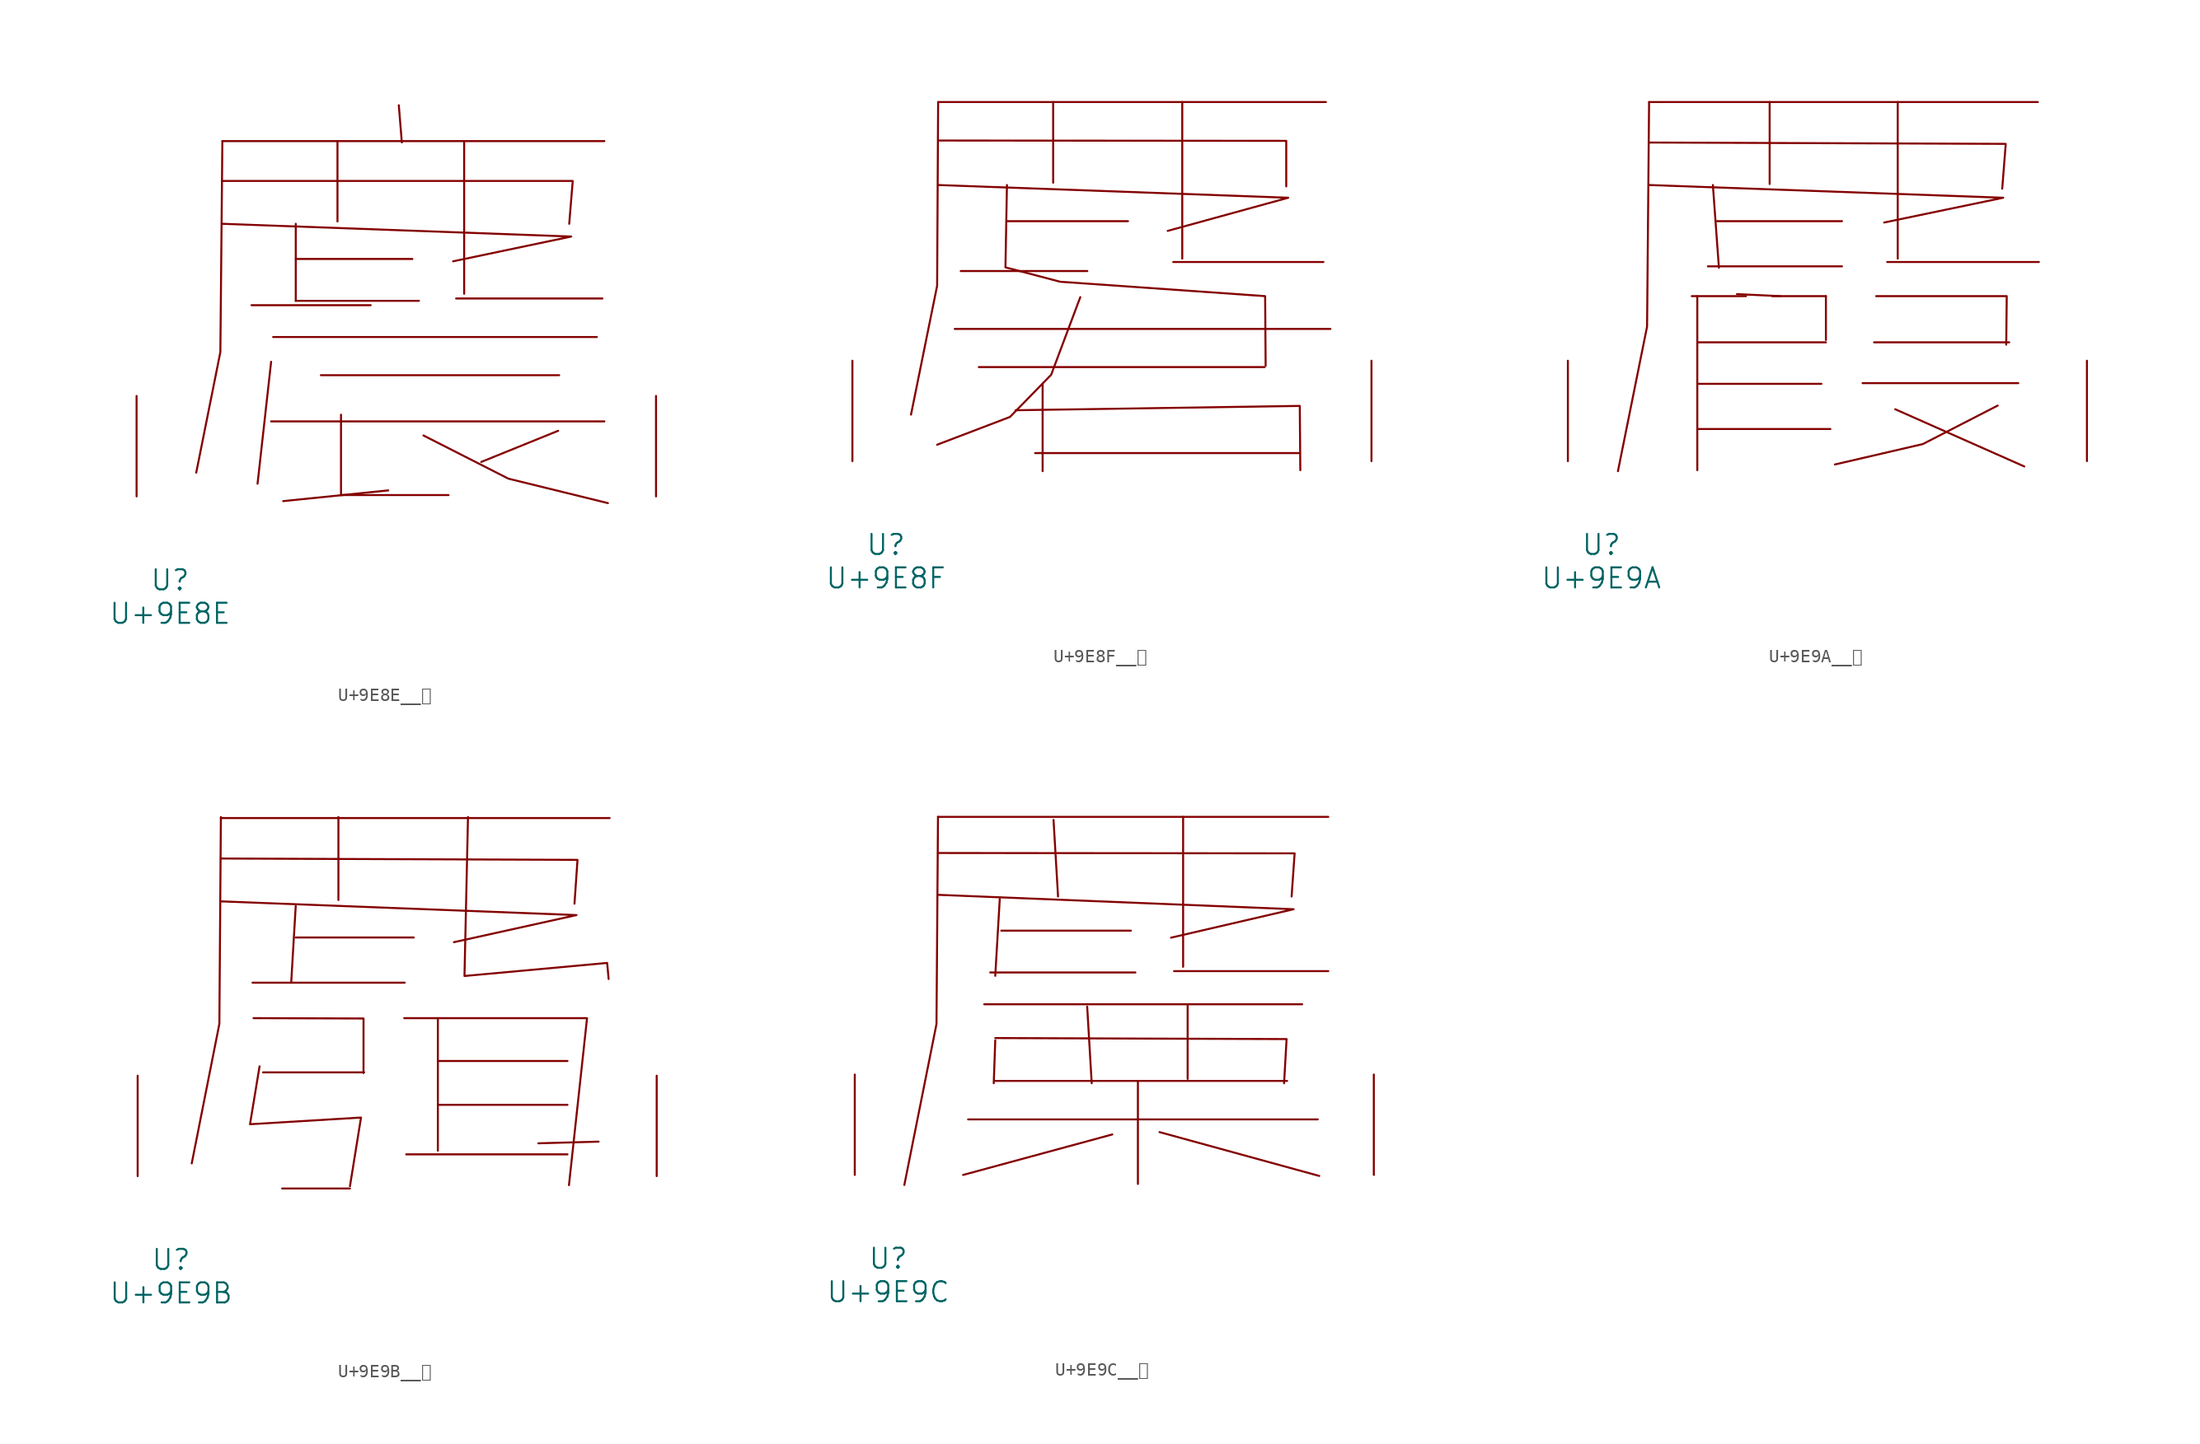
<source format=kicad_sym>
(kicad_symbol_lib
  (version 20231120)
  (generator "kicad_symbol_editor")
  (generator_version "8.0")
  (symbol "U+9E8E__麎"
    (pin_names
      (offset 1.016))
    (property "Reference" "U"
      (at 0 -6.35 0)
      (effects (font (size 1.524 1.524))))
    (property "Value" "U+9E8E"
      (at 0 -8.89 0)
      (effects (font (size 1.524 1.524))))
    (symbol "U+9E8E__麎_0_1"
      (polyline (pts (xy 3.962 26.949) (xy 32.918 26.949)) (stroke (width 0) (type solid)) (fill (type none)))
      (polyline (pts (xy 6.172 14.503) (xy 15.202 14.503)) (stroke (width 0) (type solid)) (fill (type none)))
      (polyline (pts (xy 7.658 5.69) (xy 32.918 5.69)) (stroke (width 0) (type solid)) (fill (type none)))
      (polyline (pts (xy 7.658 10.211) (xy 6.629 0.965)) (stroke (width 0) (type solid)) (fill (type none)))
      (polyline (pts (xy 7.811 12.09) (xy 32.347 12.09)) (stroke (width 0) (type solid)) (fill (type none)))
      (polyline (pts (xy 9.525 14.834) (xy 18.86 14.834)) (stroke (width 0) (type solid)) (fill (type none)))
      (polyline (pts (xy 9.525 18.009) (xy 18.364 18.009)) (stroke (width 0) (type solid)) (fill (type none)))
      (polyline (pts (xy 9.525 20.676) (xy 9.525 14.834)) (stroke (width 0) (type solid)) (fill (type none)))
      (polyline (pts (xy 11.43 9.195) (xy 29.489 9.195)) (stroke (width 0) (type solid)) (fill (type none)))
      (polyline (pts (xy 12.687 26.949) (xy 12.687 20.853)) (stroke (width 0) (type solid)) (fill (type none)))
      (polyline (pts (xy 12.954 0.102) (xy 21.107 0.102)) (stroke (width 0) (type solid)) (fill (type none)))
      (polyline (pts (xy 12.954 6.198) (xy 12.954 0.102)) (stroke (width 0) (type solid)) (fill (type none)))
      (polyline (pts (xy 16.535 0.457) (xy 8.572 -0.356)) (stroke (width 0) (type solid)) (fill (type none)))
      (polyline (pts (xy 17.335 29.667) (xy 17.564 26.848)) (stroke (width 0) (type solid)) (fill (type none)))
      (polyline (pts (xy 21.679 15.011) (xy 32.766 15.011)) (stroke (width 0) (type solid)) (fill (type none)))
      (polyline (pts (xy 22.288 26.949) (xy 22.288 15.367)) (stroke (width 0) (type solid)) (fill (type none)))
      (polyline (pts (xy 29.413 4.978) (xy 23.584 2.616)) (stroke (width 0) (type solid)) (fill (type none)))
      (polyline (pts (xy 3.962 20.676) (xy 30.404 19.71) (xy 21.45 17.831)) (stroke (width 0) (type solid)) (fill (type none)))
      (polyline (pts (xy 3.962 23.927) (xy 30.518 23.927) (xy 30.251 20.676)) (stroke (width 0) (type solid)) (fill (type none)))
      (polyline (pts (xy 3.962 26.949) (xy 3.81 10.947) (xy 1.981 1.803)) (stroke (width 0) (type solid)) (fill (type none)))
      (polyline (pts (xy 19.202 4.623) (xy 25.641 1.346) (xy 33.185 -0.508)) (stroke (width 0) (type solid)) (fill (type none)))
      (pin input line (at -2.54 0 90) (length 7.62) (name "~" (effects (font (size 1.27 1.27)))) (number "~" (effects (font (size 1.27 1.27)))))
      (pin input line (at 36.83 0 90) (length 7.62) (name "~" (effects (font (size 1.27 1.27)))) (number "~" (effects (font (size 1.27 1.27)))))))
  (symbol "U+9E8F__麏"
    (pin_names
      (offset 1.016))
    (property "Reference" "U"
      (at 0 -6.35 0)
      (effects (font (size 1.524 1.524))))
    (property "Value" "U+9E8F"
      (at 0 -8.89 0)
      (effects (font (size 1.524 1.524))))
    (symbol "U+9E8F__麏_0_1"
      (polyline (pts (xy 3.962 27.254) (xy 33.376 27.254)) (stroke (width 0) (type solid)) (fill (type none)))
      (polyline (pts (xy 5.22 10.033) (xy 33.718 10.033)) (stroke (width 0) (type solid)) (fill (type none)))
      (polyline (pts (xy 5.677 14.427) (xy 15.278 14.427)) (stroke (width 0) (type solid)) (fill (type none)))
      (polyline (pts (xy 7.048 7.137) (xy 28.727 7.137)) (stroke (width 0) (type solid)) (fill (type none)))
      (polyline (pts (xy 9.182 18.212) (xy 18.364 18.212)) (stroke (width 0) (type solid)) (fill (type none)))
      (polyline (pts (xy 11.316 0.61) (xy 31.394 0.61)) (stroke (width 0) (type solid)) (fill (type none)))
      (polyline (pts (xy 11.887 5.867) (xy 11.887 -0.762)) (stroke (width 0) (type solid)) (fill (type none)))
      (polyline (pts (xy 12.687 27.254) (xy 12.687 21.133)) (stroke (width 0) (type solid)) (fill (type none)))
      (polyline (pts (xy 21.793 15.113) (xy 33.185 15.113)) (stroke (width 0) (type solid)) (fill (type none)))
      (polyline (pts (xy 22.479 27.254) (xy 22.479 15.367)) (stroke (width 0) (type solid)) (fill (type none)))
      (polyline (pts (xy 3.962 20.955) (xy 30.518 19.99) (xy 21.374 17.475)) (stroke (width 0) (type solid)) (fill (type none)))
      (polyline (pts (xy 3.962 24.333) (xy 30.366 24.308) (xy 30.366 20.853)) (stroke (width 0) (type solid)) (fill (type none)))
      (polyline (pts (xy 3.962 27.254) (xy 3.886 13.31) (xy 1.905 3.531)) (stroke (width 0) (type solid)) (fill (type none)))
      (polyline (pts (xy 9.83 3.861) (xy 31.394 4.191) (xy 31.433 -0.686)) (stroke (width 0) (type solid)) (fill (type none)))
      (polyline (pts (xy 14.745 12.446) (xy 12.535 6.553) (xy 9.411 3.353) (xy 3.886 1.245)) (stroke (width 0) (type solid)) (fill (type none)))
      (polyline (pts (xy 9.182 20.955) (xy 9.068 14.707) (xy 13.221 13.614) (xy 28.765 12.522) (xy 28.804 7.239)) (stroke (width 0) (type solid)) (fill (type none)))
      (pin input line (at -2.54 0 90) (length 7.62) (name "~" (effects (font (size 1.27 1.27)))) (number "~" (effects (font (size 1.27 1.27)))))
      (pin input line (at 36.83 0 90) (length 7.62) (name "~" (effects (font (size 1.27 1.27)))) (number "~" (effects (font (size 1.27 1.27)))))))
  (symbol "U+9E9A__麚"
    (pin_names
      (offset 1.016))
    (property "Reference" "U"
      (at 0 -6.35 0)
      (effects (font (size 1.524 1.524))))
    (property "Value" "U+9E9A"
      (at 0 -8.89 0)
      (effects (font (size 1.524 1.524))))
    (symbol "U+9E9A__麚_0_1"
      (polyline (pts (xy 3.619 27.254) (xy 33.109 27.254)) (stroke (width 0) (type solid)) (fill (type none)))
      (polyline (pts (xy 7.277 2.438) (xy 17.374 2.438)) (stroke (width 0) (type solid)) (fill (type none)))
      (polyline (pts (xy 7.277 5.867) (xy 16.688 5.867)) (stroke (width 0) (type solid)) (fill (type none)))
      (polyline (pts (xy 7.277 9.017) (xy 17.031 9.017)) (stroke (width 0) (type solid)) (fill (type none)))
      (polyline (pts (xy 7.277 12.522) (xy 7.277 -0.686)) (stroke (width 0) (type solid)) (fill (type none)))
      (polyline (pts (xy 8.077 14.783) (xy 18.25 14.783)) (stroke (width 0) (type solid)) (fill (type none)))
      (polyline (pts (xy 8.458 20.955) (xy 8.915 14.681)) (stroke (width 0) (type solid)) (fill (type none)))
      (polyline (pts (xy 8.763 18.212) (xy 18.25 18.212)) (stroke (width 0) (type solid)) (fill (type none)))
      (polyline (pts (xy 10.973 12.522) (xy 6.858 12.522)) (stroke (width 0) (type solid)) (fill (type none)))
      (polyline (pts (xy 12.764 27.254) (xy 12.764 21.031)) (stroke (width 0) (type solid)) (fill (type none)))
      (polyline (pts (xy 12.954 12.522) (xy 17.031 12.522)) (stroke (width 0) (type solid)) (fill (type none)))
      (polyline (pts (xy 13.564 12.522) (xy 10.287 12.675)) (stroke (width 0) (type solid)) (fill (type none)))
      (polyline (pts (xy 17.031 12.522) (xy 17.031 9.195)) (stroke (width 0) (type solid)) (fill (type none)))
      (polyline (pts (xy 19.812 5.918) (xy 31.623 5.918)) (stroke (width 0) (type solid)) (fill (type none)))
      (polyline (pts (xy 20.688 9.017) (xy 30.937 9.017)) (stroke (width 0) (type solid)) (fill (type none)))
      (polyline (pts (xy 21.679 15.113) (xy 33.185 15.113)) (stroke (width 0) (type solid)) (fill (type none)))
      (polyline (pts (xy 22.288 3.937) (xy 32.08 -0.406)) (stroke (width 0) (type solid)) (fill (type none)))
      (polyline (pts (xy 22.479 27.254) (xy 22.479 15.367)) (stroke (width 0) (type solid)) (fill (type none)))
      (polyline (pts (xy 3.619 20.955) (xy 30.48 19.99) (xy 21.45 18.11)) (stroke (width 0) (type solid)) (fill (type none)))
      (polyline (pts (xy 3.619 24.181) (xy 30.671 24.079) (xy 30.404 20.676)) (stroke (width 0) (type solid)) (fill (type none)))
      (polyline (pts (xy 3.619 27.254) (xy 3.467 10.211) (xy 1.257 -0.762)) (stroke (width 0) (type solid)) (fill (type none)))
      (polyline (pts (xy 20.841 12.522) (xy 30.747 12.522) (xy 30.709 8.839)) (stroke (width 0) (type solid)) (fill (type none)))
      (polyline (pts (xy 30.061 4.216) (xy 24.384 1.295) (xy 17.716 -0.254)) (stroke (width 0) (type solid)) (fill (type none)))
      (pin input line (at -2.54 0 90) (length 7.62) (name "~" (effects (font (size 1.27 1.27)))) (number "~" (effects (font (size 1.27 1.27)))))
      (pin input line (at 36.83 0 90) (length 7.62) (name "~" (effects (font (size 1.27 1.27)))) (number "~" (effects (font (size 1.27 1.27)))))))
  (symbol "U+9E9B__麛"
    (pin_names
      (offset 1.016))
    (property "Reference" "U"
      (at 0 -6.35 0)
      (effects (font (size 1.524 1.524))))
    (property "Value" "U+9E9B"
      (at 0 -8.89 0)
      (effects (font (size 1.524 1.524))))
    (symbol "U+9E9B__麛_0_1"
      (polyline (pts (xy 3.772 27.178) (xy 33.261 27.178)) (stroke (width 0) (type solid)) (fill (type none)))
      (polyline (pts (xy 6.172 14.681) (xy 17.716 14.681)) (stroke (width 0) (type solid)) (fill (type none)))
      (polyline (pts (xy 6.972 7.874) (xy 14.63 7.874)) (stroke (width 0) (type solid)) (fill (type none)))
      (polyline (pts (xy 8.42 -0.94) (xy 13.564 -0.94)) (stroke (width 0) (type solid)) (fill (type none)))
      (polyline (pts (xy 9.449 18.11) (xy 18.402 18.11)) (stroke (width 0) (type solid)) (fill (type none)))
      (polyline (pts (xy 9.449 20.498) (xy 9.106 14.681)) (stroke (width 0) (type solid)) (fill (type none)))
      (polyline (pts (xy 12.687 27.254) (xy 12.687 20.955)) (stroke (width 0) (type solid)) (fill (type none)))
      (polyline (pts (xy 17.831 1.651) (xy 30.061 1.651)) (stroke (width 0) (type solid)) (fill (type none)))
      (polyline (pts (xy 20.231 5.41) (xy 30.061 5.41)) (stroke (width 0) (type solid)) (fill (type none)))
      (polyline (pts (xy 20.231 8.738) (xy 30.061 8.738)) (stroke (width 0) (type solid)) (fill (type none)))
      (polyline (pts (xy 20.231 11.989) (xy 20.231 1.93)) (stroke (width 0) (type solid)) (fill (type none)))
      (polyline (pts (xy 32.423 2.616) (xy 27.851 2.489)) (stroke (width 0) (type solid)) (fill (type none)))
      (polyline (pts (xy 3.772 20.853) (xy 30.747 19.812) (xy 21.45 17.755)) (stroke (width 0) (type solid)) (fill (type none)))
      (polyline (pts (xy 3.772 24.105) (xy 30.823 24.003) (xy 30.594 20.676)) (stroke (width 0) (type solid)) (fill (type none)))
      (polyline (pts (xy 3.772 27.254) (xy 3.658 11.557) (xy 1.562 0.965)) (stroke (width 0) (type solid)) (fill (type none)))
      (polyline (pts (xy 6.248 11.989) (xy 14.592 11.963) (xy 14.592 7.823)) (stroke (width 0) (type solid)) (fill (type none)))
      (polyline (pts (xy 17.678 11.989) (xy 31.547 11.989) (xy 30.175 -0.686)) (stroke (width 0) (type solid)) (fill (type none)))
      (polyline (pts (xy 6.706 8.331) (xy 5.982 3.937) (xy 14.402 4.445) (xy 13.564 -0.762)) (stroke (width 0) (type solid)) (fill (type none)))
      (polyline (pts (xy 22.517 27.254) (xy 22.25 15.189) (xy 33.071 16.18) (xy 33.185 14.961)) (stroke (width 0) (type solid)) (fill (type none)))
      (pin input line (at -2.54 0 90) (length 7.62) (name "~" (effects (font (size 1.27 1.27)))) (number "~" (effects (font (size 1.27 1.27)))))
      (pin input line (at 36.83 0 90) (length 7.62) (name "~" (effects (font (size 1.27 1.27)))) (number "~" (effects (font (size 1.27 1.27)))))))
  (symbol "U+9E9C__麜"
    (pin_names
      (offset 1.016))
    (property "Reference" "U"
      (at 0 -6.35 0)
      (effects (font (size 1.524 1.524))))
    (property "Value" "U+9E9C"
      (at 0 -8.89 0)
      (effects (font (size 1.524 1.524))))
    (symbol "U+9E9C__麜_0_1"
      (polyline (pts (xy 3.772 27.178) (xy 33.376 27.178)) (stroke (width 0) (type solid)) (fill (type none)))
      (polyline (pts (xy 6.058 4.216) (xy 32.575 4.216)) (stroke (width 0) (type solid)) (fill (type none)))
      (polyline (pts (xy 7.277 12.954) (xy 31.394 12.954)) (stroke (width 0) (type solid)) (fill (type none)))
      (polyline (pts (xy 7.734 15.367) (xy 18.745 15.367)) (stroke (width 0) (type solid)) (fill (type none)))
      (polyline (pts (xy 8.115 7.137) (xy 30.251 7.137)) (stroke (width 0) (type solid)) (fill (type none)))
      (polyline (pts (xy 8.115 10.211) (xy 8.001 6.96)) (stroke (width 0) (type solid)) (fill (type none)))
      (polyline (pts (xy 8.458 20.955) (xy 8.115 15.113)) (stroke (width 0) (type solid)) (fill (type none)))
      (polyline (pts (xy 8.572 18.542) (xy 18.402 18.542)) (stroke (width 0) (type solid)) (fill (type none)))
      (polyline (pts (xy 12.535 26.949) (xy 12.878 21.133)) (stroke (width 0) (type solid)) (fill (type none)))
      (polyline (pts (xy 15.088 12.776) (xy 15.431 6.96)) (stroke (width 0) (type solid)) (fill (type none)))
      (polyline (pts (xy 16.993 3.073) (xy 5.677 0)) (stroke (width 0) (type solid)) (fill (type none)))
      (polyline (pts (xy 18.936 7.137) (xy 18.936 -0.686)) (stroke (width 0) (type solid)) (fill (type none)))
      (polyline (pts (xy 20.574 3.251) (xy 32.69 -0.076)) (stroke (width 0) (type solid)) (fill (type none)))
      (polyline (pts (xy 21.679 15.469) (xy 33.376 15.469)) (stroke (width 0) (type solid)) (fill (type none)))
      (polyline (pts (xy 22.365 27.178) (xy 22.365 15.799)) (stroke (width 0) (type solid)) (fill (type none)))
      (polyline (pts (xy 22.708 12.954) (xy 22.708 7.29)) (stroke (width 0) (type solid)) (fill (type none)))
      (polyline (pts (xy 3.772 21.26) (xy 30.747 20.168) (xy 21.45 18.009)) (stroke (width 0) (type solid)) (fill (type none)))
      (polyline (pts (xy 3.772 24.435) (xy 30.823 24.409) (xy 30.594 21.133)) (stroke (width 0) (type solid)) (fill (type none)))
      (polyline (pts (xy 3.772 27.178) (xy 3.658 11.455) (xy 1.219 -0.762)) (stroke (width 0) (type solid)) (fill (type none)))
      (polyline (pts (xy 8.115 10.389) (xy 30.213 10.312) (xy 30.023 6.96)) (stroke (width 0) (type solid)) (fill (type none)))
      (pin input line (at -2.54 0 90) (length 7.62) (name "~" (effects (font (size 1.27 1.27)))) (number "~" (effects (font (size 1.27 1.27)))))
      (pin input line (at 36.83 0 90) (length 7.62) (name "~" (effects (font (size 1.27 1.27)))) (number "~" (effects (font (size 1.27 1.27))))))))
</source>
